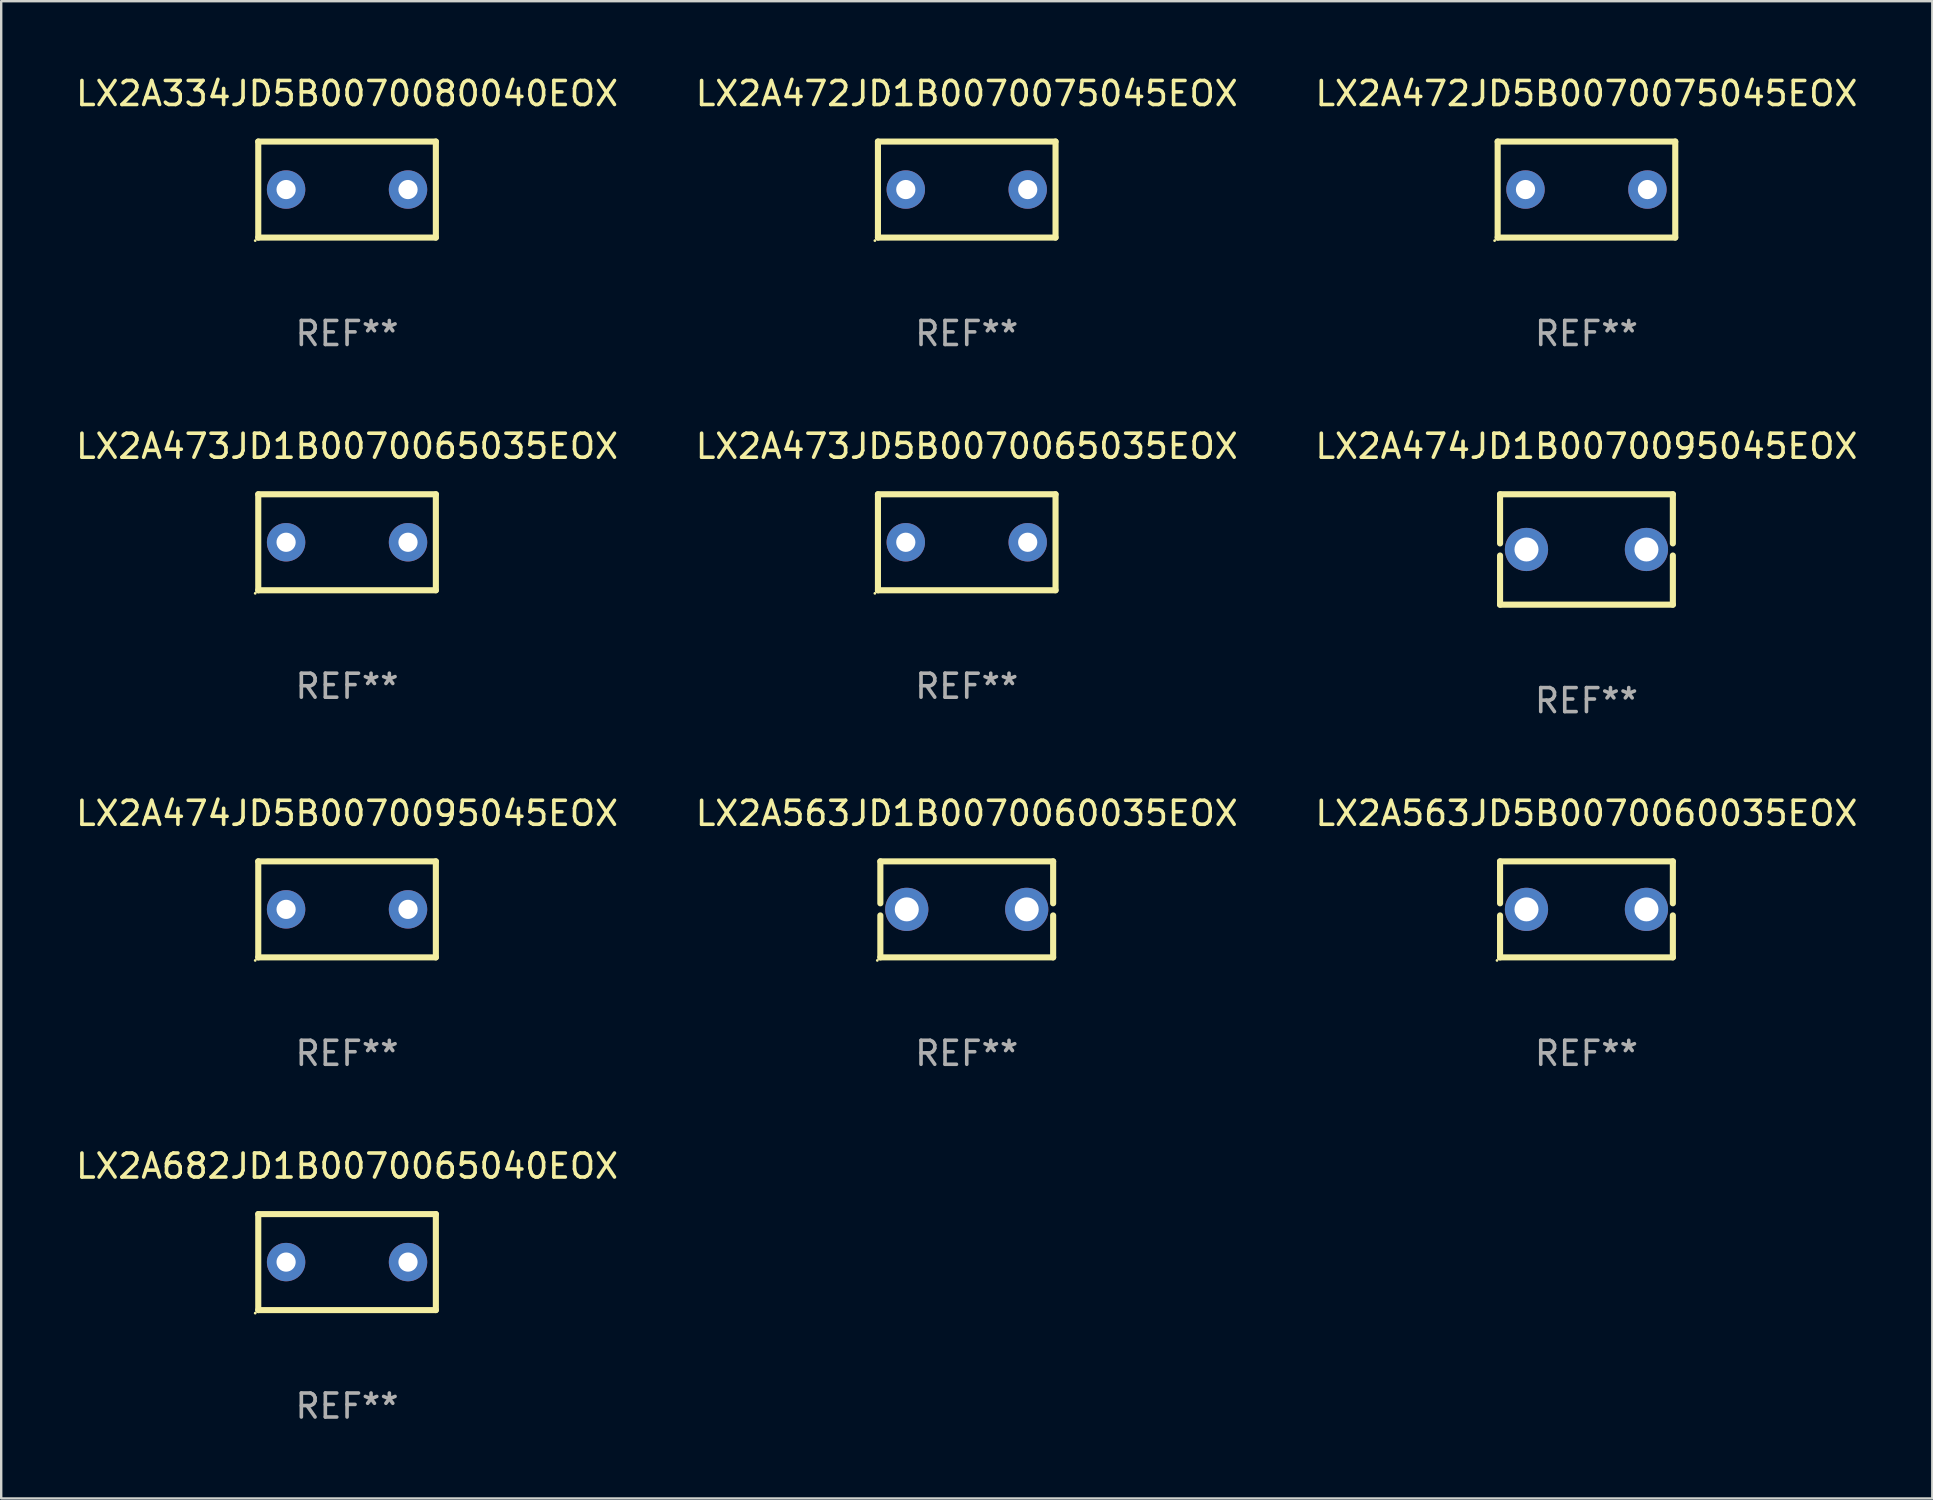
<source format=kicad_pcb>
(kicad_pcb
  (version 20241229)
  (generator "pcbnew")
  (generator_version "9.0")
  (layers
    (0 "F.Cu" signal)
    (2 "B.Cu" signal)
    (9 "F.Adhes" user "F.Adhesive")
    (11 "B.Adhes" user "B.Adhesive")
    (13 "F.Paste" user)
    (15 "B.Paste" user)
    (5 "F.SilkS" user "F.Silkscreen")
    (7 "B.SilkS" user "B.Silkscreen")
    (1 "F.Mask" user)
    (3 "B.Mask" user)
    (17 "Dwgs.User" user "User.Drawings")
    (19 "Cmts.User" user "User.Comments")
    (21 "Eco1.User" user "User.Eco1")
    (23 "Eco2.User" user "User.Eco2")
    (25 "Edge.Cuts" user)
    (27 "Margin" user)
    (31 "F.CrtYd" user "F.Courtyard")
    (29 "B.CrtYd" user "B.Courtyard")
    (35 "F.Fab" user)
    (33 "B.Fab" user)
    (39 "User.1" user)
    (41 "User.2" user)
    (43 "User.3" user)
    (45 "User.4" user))
  (footprint "LX2A563JD5B0070060035EOX"
    (layer "F.Cu")
    (at 63.054 34.841)
    (property "Reference" "LX2A563JD5B0070060035EOX" (at 0 -4 0) (layer "F.SilkS") (effects (font (size 1 1) (thickness 0.15))))
    (attr through_hole)
    (fp_line (start -3.6 -2) (end -3.6 -0.252) (stroke (width 0.254) (type solid)) (layer "F.SilkS"))
    (fp_line (start -3.6 -2) (end 3.6 -2) (stroke (width 0.254) (type solid)) (layer "F.SilkS"))
    (fp_line (start -3.6 0.252) (end -3.6 2) (stroke (width 0.254) (type solid)) (layer "F.SilkS"))
    (fp_line (start -3.6 2) (end 3.6 2) (stroke (width 0.254) (type solid)) (layer "F.SilkS"))
    (fp_line (start 3.6 -0.252) (end 3.6 -2) (stroke (width 0.254) (type solid)) (layer "F.SilkS"))
    (fp_line (start 3.6 2) (end 3.6 0.252) (stroke (width 0.254) (type solid)) (layer "F.SilkS"))
    (fp_circle (center -3.727 2.127) (end -3.697 2.127) (stroke (width 0.06) (type solid)) (fill no) (layer "F.SilkS"))
    (fp_text user "REF**" (at 0 6 0) (layer "F.Fab") (effects (font (size 1 1) (thickness 0.15))))
    (pad "1" thru_hole circle (at -2.499 0) (size 1.8 1.8) (drill 1) (layers "*.Cu" "*.Mask"))
    (pad "2" thru_hole circle (at 2.499 0) (size 1.8 1.8) (drill 1) (layers "*.Cu" "*.Mask")))
  (footprint "LX2A472JD5B0070075045EOX"
    (layer "F.Cu")
    (at 63.054 4.848)
    (property "Reference" "LX2A472JD5B0070075045EOX" (at 0 -4 0) (layer "F.SilkS") (effects (font (size 1 1) (thickness 0.15))))
    (attr through_hole)
    (fp_line (start -3.7 -2) (end -3.7 2) (stroke (width 0.254) (type solid)) (layer "F.SilkS"))
    (fp_line (start -3.7 -2) (end 3.7 -2) (stroke (width 0.254) (type solid)) (layer "F.SilkS"))
    (fp_line (start -3.7 2) (end 3.7 2) (stroke (width 0.254) (type solid)) (layer "F.SilkS"))
    (fp_line (start 3.7 -2) (end 3.7 2) (stroke (width 0.254) (type solid)) (layer "F.SilkS"))
    (fp_circle (center -3.827 2.127) (end -3.797 2.127) (stroke (width 0.06) (type solid)) (fill no) (layer "F.SilkS"))
    (fp_text user "REF**" (at 0 6 0) (layer "F.Fab") (effects (font (size 1 1) (thickness 0.15))))
    (pad "1" thru_hole circle (at -2.54 0) (size 1.6 1.6) (drill 0.8) (layers "*.Cu" "*.Mask"))
    (pad "2" thru_hole circle (at 2.54 0) (size 1.6 1.6) (drill 0.8) (layers "*.Cu" "*.Mask")))
  (footprint "LX2A473JD1B0070065035EOX"
    (layer "F.Cu")
    (at 11.411 19.545)
    (property "Reference" "LX2A473JD1B0070065035EOX" (at 0 -4 0) (layer "F.SilkS") (effects (font (size 1 1) (thickness 0.15))))
    (attr through_hole)
    (fp_line (start -3.7 -2) (end -3.7 2) (stroke (width 0.254) (type solid)) (layer "F.SilkS"))
    (fp_line (start -3.7 -2) (end 3.7 -2) (stroke (width 0.254) (type solid)) (layer "F.SilkS"))
    (fp_line (start -3.7 2) (end 3.7 2) (stroke (width 0.254) (type solid)) (layer "F.SilkS"))
    (fp_line (start 3.7 -2) (end 3.7 2) (stroke (width 0.254) (type solid)) (layer "F.SilkS"))
    (fp_circle (center -3.827 2.127) (end -3.797 2.127) (stroke (width 0.06) (type solid)) (fill no) (layer "F.SilkS"))
    (fp_text user "REF**" (at 0 6 0) (layer "F.Fab") (effects (font (size 1 1) (thickness 0.15))))
    (pad "1" thru_hole circle (at -2.54 0) (size 1.6 1.6) (drill 0.8) (layers "*.Cu" "*.Mask"))
    (pad "2" thru_hole circle (at 2.54 0) (size 1.6 1.6) (drill 0.8) (layers "*.Cu" "*.Mask")))
  (footprint "LX2A682JD1B0070065040EOX"
    (layer "F.Cu")
    (at 11.411 49.538)
    (property "Reference" "LX2A682JD1B0070065040EOX" (at 0 -4 0) (layer "F.SilkS") (effects (font (size 1 1) (thickness 0.15))))
    (attr through_hole)
    (fp_line (start -3.7 -2) (end -3.7 2) (stroke (width 0.254) (type solid)) (layer "F.SilkS"))
    (fp_line (start -3.7 -2) (end 3.7 -2) (stroke (width 0.254) (type solid)) (layer "F.SilkS"))
    (fp_line (start -3.7 2) (end 3.7 2) (stroke (width 0.254) (type solid)) (layer "F.SilkS"))
    (fp_line (start 3.7 -2) (end 3.7 2) (stroke (width 0.254) (type solid)) (layer "F.SilkS"))
    (fp_circle (center -3.827 2.127) (end -3.797 2.127) (stroke (width 0.06) (type solid)) (fill no) (layer "F.SilkS"))
    (fp_text user "REF**" (at 0 6 0) (layer "F.Fab") (effects (font (size 1 1) (thickness 0.15))))
    (pad "1" thru_hole circle (at -2.54 0) (size 1.6 1.6) (drill 0.8) (layers "*.Cu" "*.Mask"))
    (pad "2" thru_hole circle (at 2.54 0) (size 1.6 1.6) (drill 0.8) (layers "*.Cu" "*.Mask")))
  (footprint "LX2A474JD1B0070095045EOX"
    (layer "F.Cu")
    (at 63.054 19.845)
    (property "Reference" "LX2A474JD1B0070095045EOX" (at 0 -4.3 0) (layer "F.SilkS") (effects (font (size 1 1) (thickness 0.15))))
    (attr through_hole)
    (fp_line (start -3.6 -2.3) (end -3.6 -0.252) (stroke (width 0.254) (type solid)) (layer "F.SilkS"))
    (fp_line (start -3.6 -2.3) (end 3.6 -2.3) (stroke (width 0.254) (type solid)) (layer "F.SilkS"))
    (fp_line (start -3.6 0.252) (end -3.6 2.3) (stroke (width 0.254) (type solid)) (layer "F.SilkS"))
    (fp_line (start -3.6 2.3) (end 3.6 2.3) (stroke (width 0.254) (type solid)) (layer "F.SilkS"))
    (fp_line (start 3.6 -0.252) (end 3.6 -2.3) (stroke (width 0.254) (type solid)) (layer "F.SilkS"))
    (fp_line (start 3.6 2.3) (end 3.6 0.252) (stroke (width 0.254) (type solid)) (layer "F.SilkS"))
    (fp_circle (center -3.6 2.25) (end -3.57 2.25) (stroke (width 0.06) (type solid)) (fill no) (layer "F.SilkS"))
    (fp_text user "REF**" (at 0 6.3 0) (layer "F.Fab") (effects (font (size 1 1) (thickness 0.15))))
    (pad "1" thru_hole circle (at -2.499 0) (size 1.8 1.8) (drill 1) (layers "*.Cu" "*.Mask"))
    (pad "2" thru_hole circle (at 2.499 0) (size 1.8 1.8) (drill 1) (layers "*.Cu" "*.Mask")))
  (footprint "LX2A473JD5B0070065035EOX"
    (layer "F.Cu")
    (at 37.232 19.545)
    (property "Reference" "LX2A473JD5B0070065035EOX" (at 0 -4 0) (layer "F.SilkS") (effects (font (size 1 1) (thickness 0.15))))
    (attr through_hole)
    (fp_line (start -3.7 -2) (end -3.7 2) (stroke (width 0.254) (type solid)) (layer "F.SilkS"))
    (fp_line (start -3.7 -2) (end 3.7 -2) (stroke (width 0.254) (type solid)) (layer "F.SilkS"))
    (fp_line (start -3.7 2) (end 3.7 2) (stroke (width 0.254) (type solid)) (layer "F.SilkS"))
    (fp_line (start 3.7 -2) (end 3.7 2) (stroke (width 0.254) (type solid)) (layer "F.SilkS"))
    (fp_circle (center -3.827 2.127) (end -3.797 2.127) (stroke (width 0.06) (type solid)) (fill no) (layer "F.SilkS"))
    (fp_text user "REF**" (at 0 6 0) (layer "F.Fab") (effects (font (size 1 1) (thickness 0.15))))
    (pad "1" thru_hole circle (at -2.54 0) (size 1.6 1.6) (drill 0.8) (layers "*.Cu" "*.Mask"))
    (pad "2" thru_hole circle (at 2.54 0) (size 1.6 1.6) (drill 0.8) (layers "*.Cu" "*.Mask")))
  (footprint "LX2A563JD1B0070060035EOX"
    (layer "F.Cu")
    (at 37.232 34.841)
    (property "Reference" "LX2A563JD1B0070060035EOX" (at 0 -4 0) (layer "F.SilkS") (effects (font (size 1 1) (thickness 0.15))))
    (attr through_hole)
    (fp_line (start -3.6 -2) (end -3.6 -0.252) (stroke (width 0.254) (type solid)) (layer "F.SilkS"))
    (fp_line (start -3.6 -2) (end 3.6 -2) (stroke (width 0.254) (type solid)) (layer "F.SilkS"))
    (fp_line (start -3.6 0.252) (end -3.6 2) (stroke (width 0.254) (type solid)) (layer "F.SilkS"))
    (fp_line (start -3.6 2) (end 3.6 2) (stroke (width 0.254) (type solid)) (layer "F.SilkS"))
    (fp_line (start 3.6 -0.252) (end 3.6 -2) (stroke (width 0.254) (type solid)) (layer "F.SilkS"))
    (fp_line (start 3.6 2) (end 3.6 0.252) (stroke (width 0.254) (type solid)) (layer "F.SilkS"))
    (fp_circle (center -3.727 2.127) (end -3.697 2.127) (stroke (width 0.06) (type solid)) (fill no) (layer "F.SilkS"))
    (fp_text user "REF**" (at 0 6 0) (layer "F.Fab") (effects (font (size 1 1) (thickness 0.15))))
    (pad "1" thru_hole circle (at -2.499 0) (size 1.8 1.8) (drill 1) (layers "*.Cu" "*.Mask"))
    (pad "2" thru_hole circle (at 2.499 0) (size 1.8 1.8) (drill 1) (layers "*.Cu" "*.Mask")))
  (footprint "LX2A474JD5B0070095045EOX"
    (layer "F.Cu")
    (at 11.411 34.841)
    (property "Reference" "LX2A474JD5B0070095045EOX" (at 0 -4 0) (layer "F.SilkS") (effects (font (size 1 1) (thickness 0.15))))
    (attr through_hole)
    (fp_line (start -3.7 -2) (end -3.7 2) (stroke (width 0.254) (type solid)) (layer "F.SilkS"))
    (fp_line (start -3.7 -2) (end 3.7 -2) (stroke (width 0.254) (type solid)) (layer "F.SilkS"))
    (fp_line (start -3.7 2) (end 3.7 2) (stroke (width 0.254) (type solid)) (layer "F.SilkS"))
    (fp_line (start 3.7 -2) (end 3.7 2) (stroke (width 0.254) (type solid)) (layer "F.SilkS"))
    (fp_circle (center -3.827 2.127) (end -3.797 2.127) (stroke (width 0.06) (type solid)) (fill no) (layer "F.SilkS"))
    (fp_text user "REF**" (at 0 6 0) (layer "F.Fab") (effects (font (size 1 1) (thickness 0.15))))
    (pad "1" thru_hole circle (at -2.54 0) (size 1.6 1.6) (drill 0.8) (layers "*.Cu" "*.Mask"))
    (pad "2" thru_hole circle (at 2.54 0) (size 1.6 1.6) (drill 0.8) (layers "*.Cu" "*.Mask")))
  (footprint "LX2A472JD1B0070075045EOX"
    (layer "F.Cu")
    (at 37.232 4.848)
    (property "Reference" "LX2A472JD1B0070075045EOX" (at 0 -4 0) (layer "F.SilkS") (effects (font (size 1 1) (thickness 0.15))))
    (attr through_hole)
    (fp_line (start -3.7 -2) (end -3.7 2) (stroke (width 0.254) (type solid)) (layer "F.SilkS"))
    (fp_line (start -3.7 -2) (end 3.7 -2) (stroke (width 0.254) (type solid)) (layer "F.SilkS"))
    (fp_line (start -3.7 2) (end 3.7 2) (stroke (width 0.254) (type solid)) (layer "F.SilkS"))
    (fp_line (start 3.7 -2) (end 3.7 2) (stroke (width 0.254) (type solid)) (layer "F.SilkS"))
    (fp_circle (center -3.827 2.127) (end -3.797 2.127) (stroke (width 0.06) (type solid)) (fill no) (layer "F.SilkS"))
    (fp_text user "REF**" (at 0 6 0) (layer "F.Fab") (effects (font (size 1 1) (thickness 0.15))))
    (pad "1" thru_hole circle (at -2.54 0) (size 1.6 1.6) (drill 0.8) (layers "*.Cu" "*.Mask"))
    (pad "2" thru_hole circle (at 2.54 0) (size 1.6 1.6) (drill 0.8) (layers "*.Cu" "*.Mask")))
  (footprint "LX2A334JD5B0070080040EOX"
    (layer "F.Cu")
    (at 11.411 4.848)
    (property "Reference" "LX2A334JD5B0070080040EOX" (at 0 -4 0) (layer "F.SilkS") (effects (font (size 1 1) (thickness 0.15))))
    (attr through_hole)
    (fp_line (start -3.7 -2) (end -3.7 2) (stroke (width 0.254) (type solid)) (layer "F.SilkS"))
    (fp_line (start -3.7 -2) (end 3.7 -2) (stroke (width 0.254) (type solid)) (layer "F.SilkS"))
    (fp_line (start -3.7 2) (end 3.7 2) (stroke (width 0.254) (type solid)) (layer "F.SilkS"))
    (fp_line (start 3.7 -2) (end 3.7 2) (stroke (width 0.254) (type solid)) (layer "F.SilkS"))
    (fp_circle (center -3.827 2.127) (end -3.797 2.127) (stroke (width 0.06) (type solid)) (fill no) (layer "F.SilkS"))
    (fp_text user "REF**" (at 0 6 0) (layer "F.Fab") (effects (font (size 1 1) (thickness 0.15))))
    (pad "1" thru_hole circle (at -2.54 0) (size 1.6 1.6) (drill 0.8) (layers "*.Cu" "*.Mask"))
    (pad "2" thru_hole circle (at 2.54 0) (size 1.6 1.6) (drill 0.8) (layers "*.Cu" "*.Mask")))
  (gr_rect
    (start -3 -3)
    (end 77.464 59.386)
    (stroke (width 0.1) (type default))
    (fill no)
    (layer "Edge.Cuts")))
</source>
